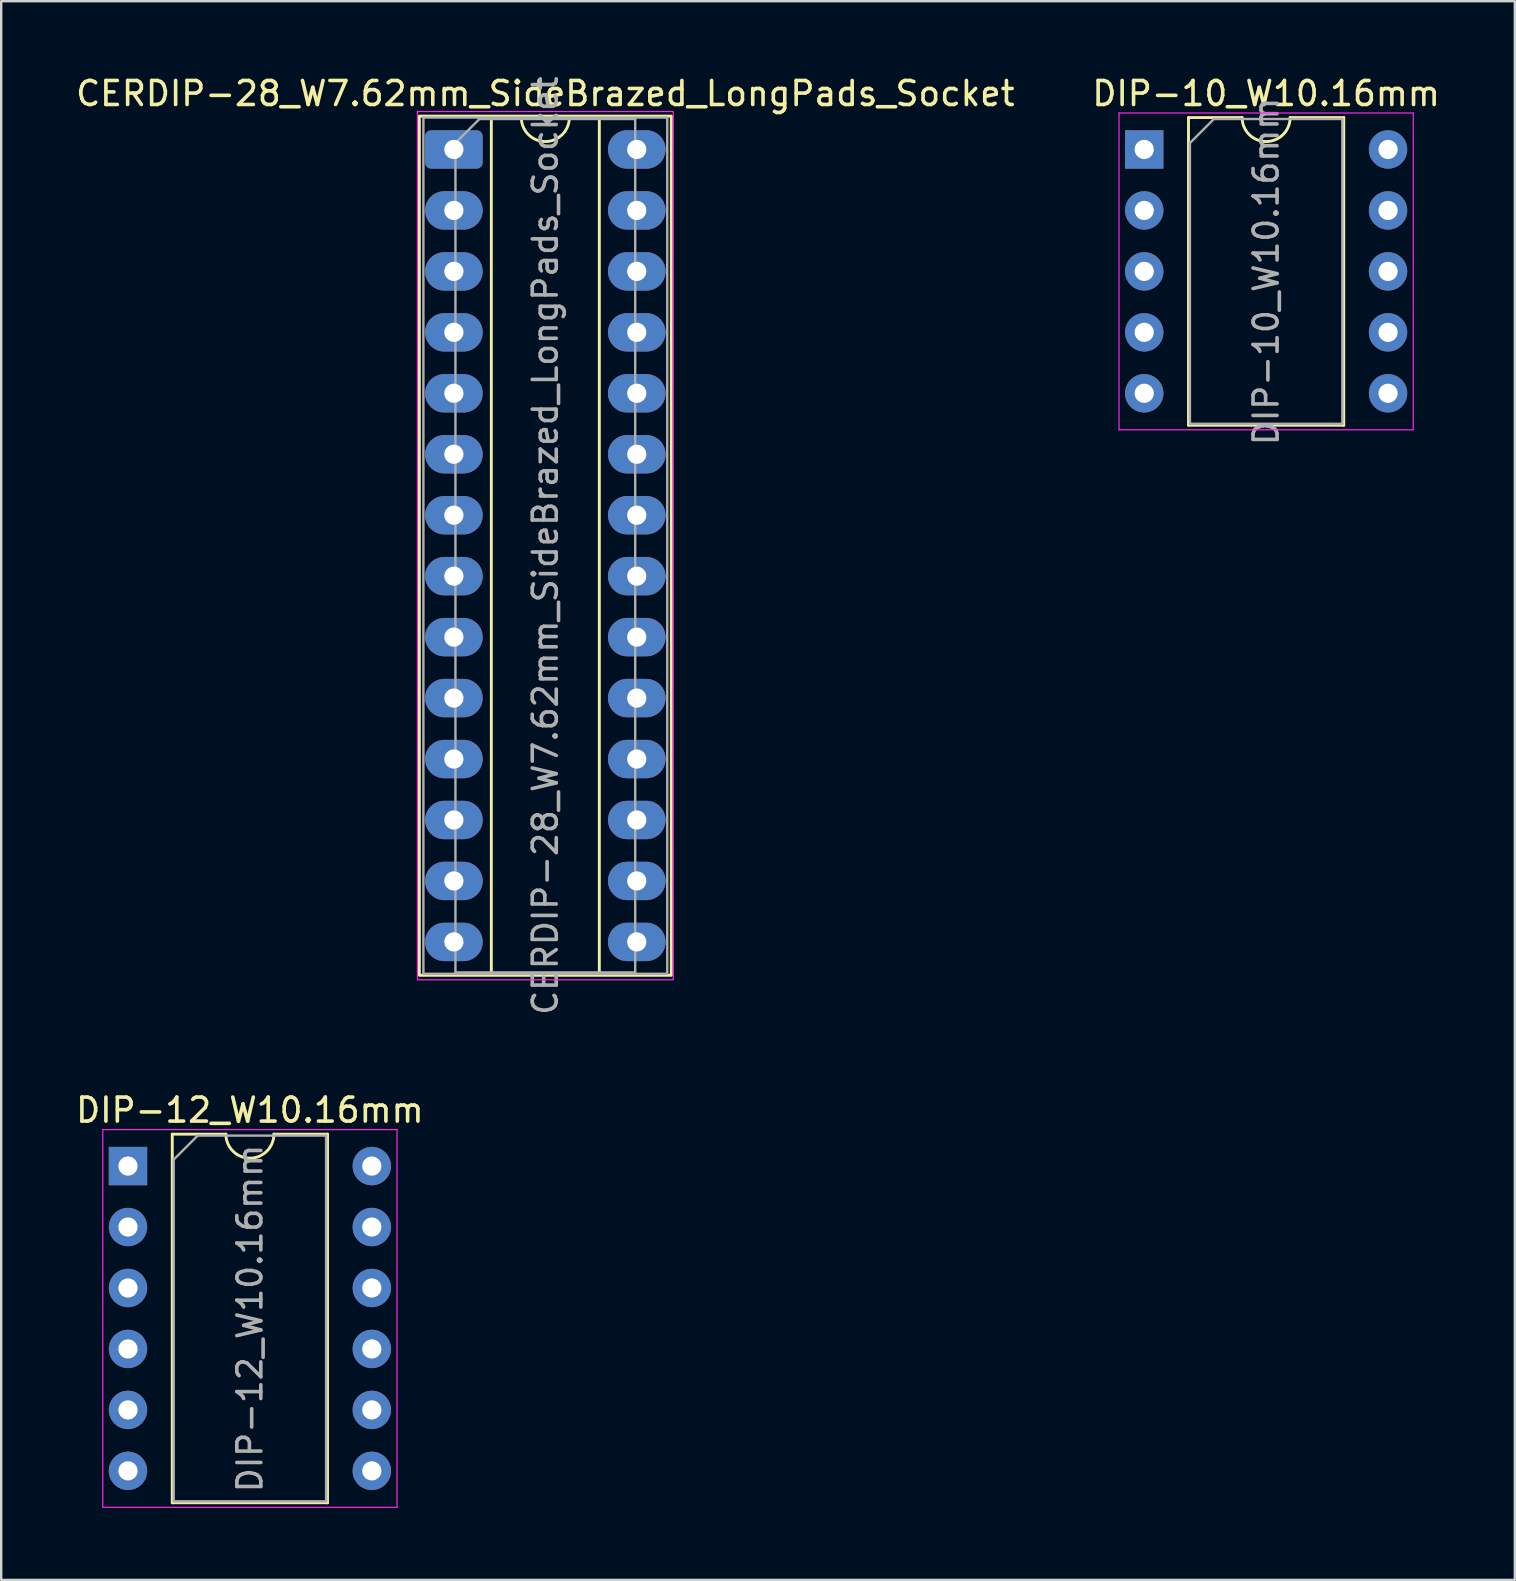
<source format=kicad_pcb>
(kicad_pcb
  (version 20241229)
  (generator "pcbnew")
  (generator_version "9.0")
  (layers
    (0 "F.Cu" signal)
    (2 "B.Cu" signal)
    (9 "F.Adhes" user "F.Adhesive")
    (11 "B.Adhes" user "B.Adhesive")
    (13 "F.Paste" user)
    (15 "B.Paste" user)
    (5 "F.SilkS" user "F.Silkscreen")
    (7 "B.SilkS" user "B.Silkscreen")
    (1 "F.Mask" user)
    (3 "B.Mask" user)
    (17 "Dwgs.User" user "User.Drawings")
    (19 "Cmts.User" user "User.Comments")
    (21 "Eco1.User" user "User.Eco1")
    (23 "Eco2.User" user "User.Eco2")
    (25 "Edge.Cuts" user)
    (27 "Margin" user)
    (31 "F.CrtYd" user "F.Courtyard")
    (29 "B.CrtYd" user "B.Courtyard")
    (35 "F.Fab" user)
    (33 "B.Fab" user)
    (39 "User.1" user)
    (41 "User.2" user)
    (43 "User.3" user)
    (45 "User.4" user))
  (footprint "DIP-12_W10.16mm"
    (layer "F.Cu")
    (at 2.283 45.539)
    (property "Reference" "DIP-12_W10.16mm" (at 5.08 -2.33 0) (layer "F.SilkS") (effects (font (size 1 1) (thickness 0.15))))
    (attr through_hole)
    (fp_line (start 1.845 -1.33) (end 1.845 14.03) (stroke (width 0.12) (type solid)) (layer "F.SilkS"))
    (fp_line (start 1.845 14.03) (end 8.315 14.03) (stroke (width 0.12) (type solid)) (layer "F.SilkS"))
    (fp_line (start 4.08 -1.33) (end 1.845 -1.33) (stroke (width 0.12) (type solid)) (layer "F.SilkS"))
    (fp_line (start 8.315 -1.33) (end 6.08 -1.33) (stroke (width 0.12) (type solid)) (layer "F.SilkS"))
    (fp_line (start 8.315 14.03) (end 8.315 -1.33) (stroke (width 0.12) (type solid)) (layer "F.SilkS"))
    (fp_arc (start 6.08 -1.33) (mid 5.08 -0.33) (end 4.08 -1.33) (stroke (width 0.12) (type solid)) (layer "F.SilkS"))
    (fp_line (start -1.05 -1.52) (end -1.05 14.22) (stroke (width 0.05) (type solid)) (layer "F.CrtYd"))
    (fp_line (start -1.05 14.22) (end 11.21 14.22) (stroke (width 0.05) (type solid)) (layer "F.CrtYd"))
    (fp_line (start 11.21 -1.52) (end -1.05 -1.52) (stroke (width 0.05) (type solid)) (layer "F.CrtYd"))
    (fp_line (start 11.21 14.22) (end 11.21 -1.52) (stroke (width 0.05) (type solid)) (layer "F.CrtYd"))
    (fp_line (start 1.905 -0.27) (end 2.905 -1.27) (stroke (width 0.1) (type solid)) (layer "F.Fab"))
    (fp_line (start 1.905 13.97) (end 1.905 -0.27) (stroke (width 0.1) (type solid)) (layer "F.Fab"))
    (fp_line (start 2.905 -1.27) (end 8.255 -1.27) (stroke (width 0.1) (type solid)) (layer "F.Fab"))
    (fp_line (start 8.255 -1.27) (end 8.255 13.97) (stroke (width 0.1) (type solid)) (layer "F.Fab"))
    (fp_line (start 8.255 13.97) (end 1.905 13.97) (stroke (width 0.1) (type solid)) (layer "F.Fab"))
    (fp_text user "${REFERENCE}" (at 5.08 6.35 90) (layer "F.Fab") (effects (font (size 1 1) (thickness 0.15))))
    (pad "1" thru_hole rect (at 0 0) (size 1.6 1.6) (drill 0.8) (layers "*.Cu" "*.Mask"))
    (pad "2" thru_hole circle (at 0 2.54) (size 1.6 1.6) (drill 0.8) (layers "*.Cu" "*.Mask"))
    (pad "3" thru_hole circle (at 0 5.08) (size 1.6 1.6) (drill 0.8) (layers "*.Cu" "*.Mask"))
    (pad "4" thru_hole circle (at 0 7.62) (size 1.6 1.6) (drill 0.8) (layers "*.Cu" "*.Mask"))
    (pad "5" thru_hole circle (at 0 10.16) (size 1.6 1.6) (drill 0.8) (layers "*.Cu" "*.Mask"))
    (pad "6" thru_hole circle (at 0 12.7) (size 1.6 1.6) (drill 0.8) (layers "*.Cu" "*.Mask"))
    (pad "7" thru_hole circle (at 10.16 12.7) (size 1.6 1.6) (drill 0.8) (layers "*.Cu" "*.Mask"))
    (pad "8" thru_hole circle (at 10.16 10.16) (size 1.6 1.6) (drill 0.8) (layers "*.Cu" "*.Mask"))
    (pad "9" thru_hole circle (at 10.16 7.62) (size 1.6 1.6) (drill 0.8) (layers "*.Cu" "*.Mask"))
    (pad "10" thru_hole circle (at 10.16 5.08) (size 1.6 1.6) (drill 0.8) (layers "*.Cu" "*.Mask"))
    (pad "11" thru_hole circle (at 10.16 2.54) (size 1.6 1.6) (drill 0.8) (layers "*.Cu" "*.Mask"))
    (pad "12" thru_hole circle (at 10.16 0) (size 1.6 1.6) (drill 0.8) (layers "*.Cu" "*.Mask")))
  (footprint "DIP-10_W10.16mm"
    (layer "F.Cu")
    (at 44.628 3.178)
    (property "Reference" "DIP-10_W10.16mm" (at 5.08 -2.33 0) (layer "F.SilkS") (effects (font (size 1 1) (thickness 0.15))))
    (attr through_hole)
    (fp_line (start 1.845 -1.33) (end 1.845 11.49) (stroke (width 0.12) (type solid)) (layer "F.SilkS"))
    (fp_line (start 1.845 11.49) (end 8.315 11.49) (stroke (width 0.12) (type solid)) (layer "F.SilkS"))
    (fp_line (start 4.08 -1.33) (end 1.845 -1.33) (stroke (width 0.12) (type solid)) (layer "F.SilkS"))
    (fp_line (start 8.315 -1.33) (end 6.08 -1.33) (stroke (width 0.12) (type solid)) (layer "F.SilkS"))
    (fp_line (start 8.315 11.49) (end 8.315 -1.33) (stroke (width 0.12) (type solid)) (layer "F.SilkS"))
    (fp_arc (start 6.08 -1.33) (mid 5.08 -0.33) (end 4.08 -1.33) (stroke (width 0.12) (type solid)) (layer "F.SilkS"))
    (fp_line (start -1.05 -1.52) (end -1.05 11.68) (stroke (width 0.05) (type solid)) (layer "F.CrtYd"))
    (fp_line (start -1.05 11.68) (end 11.21 11.68) (stroke (width 0.05) (type solid)) (layer "F.CrtYd"))
    (fp_line (start 11.21 -1.52) (end -1.05 -1.52) (stroke (width 0.05) (type solid)) (layer "F.CrtYd"))
    (fp_line (start 11.21 11.68) (end 11.21 -1.52) (stroke (width 0.05) (type solid)) (layer "F.CrtYd"))
    (fp_line (start 1.905 -0.27) (end 2.905 -1.27) (stroke (width 0.1) (type solid)) (layer "F.Fab"))
    (fp_line (start 1.905 11.43) (end 1.905 -0.27) (stroke (width 0.1) (type solid)) (layer "F.Fab"))
    (fp_line (start 2.905 -1.27) (end 8.255 -1.27) (stroke (width 0.1) (type solid)) (layer "F.Fab"))
    (fp_line (start 8.255 -1.27) (end 8.255 11.43) (stroke (width 0.1) (type solid)) (layer "F.Fab"))
    (fp_line (start 8.255 11.43) (end 1.905 11.43) (stroke (width 0.1) (type solid)) (layer "F.Fab"))
    (fp_text user "${REFERENCE}" (at 5.08 5.08 90) (layer "F.Fab") (effects (font (size 1 1) (thickness 0.15))))
    (pad "1" thru_hole rect (at 0 0) (size 1.6 1.6) (drill 0.8) (layers "*.Cu" "*.Mask"))
    (pad "2" thru_hole circle (at 0 2.54) (size 1.6 1.6) (drill 0.8) (layers "*.Cu" "*.Mask"))
    (pad "3" thru_hole circle (at 0 5.08) (size 1.6 1.6) (drill 0.8) (layers "*.Cu" "*.Mask"))
    (pad "4" thru_hole circle (at 0 7.62) (size 1.6 1.6) (drill 0.8) (layers "*.Cu" "*.Mask"))
    (pad "5" thru_hole circle (at 0 10.16) (size 1.6 1.6) (drill 0.8) (layers "*.Cu" "*.Mask"))
    (pad "6" thru_hole circle (at 10.16 10.16) (size 1.6 1.6) (drill 0.8) (layers "*.Cu" "*.Mask"))
    (pad "7" thru_hole circle (at 10.16 7.62) (size 1.6 1.6) (drill 0.8) (layers "*.Cu" "*.Mask"))
    (pad "8" thru_hole circle (at 10.16 5.08) (size 1.6 1.6) (drill 0.8) (layers "*.Cu" "*.Mask"))
    (pad "9" thru_hole circle (at 10.16 2.54) (size 1.6 1.6) (drill 0.8) (layers "*.Cu" "*.Mask"))
    (pad "10" thru_hole circle (at 10.16 0) (size 1.6 1.6) (drill 0.8) (layers "*.Cu" "*.Mask")))
  (footprint "CERDIP-28_W7.62mm_SideBrazed_LongPads_Socket"
    (layer "F.Cu")
    (at 15.863 3.178)
    (property "Reference" "CERDIP-28_W7.62mm_SideBrazed_LongPads_Socket" (at 3.81 -2.33 0) (layer "F.SilkS") (effects (font (size 1 1) (thickness 0.15))))
    (attr through_hole)
    (fp_line (start 1.56 -1.33) (end 1.56 34.35) (stroke (width 0.12) (type solid)) (layer "F.SilkS"))
    (fp_line (start 1.56 34.35) (end 6.06 34.35) (stroke (width 0.12) (type solid)) (layer "F.SilkS"))
    (fp_line (start 2.81 -1.33) (end 1.56 -1.33) (stroke (width 0.12) (type solid)) (layer "F.SilkS"))
    (fp_line (start 6.06 -1.33) (end 4.81 -1.33) (stroke (width 0.12) (type solid)) (layer "F.SilkS"))
    (fp_line (start 6.06 34.35) (end 6.06 -1.33) (stroke (width 0.12) (type solid)) (layer "F.SilkS"))
    (fp_rect (start -1.44 -1.39) (end 9.06 34.41) (stroke (width 0.12) (type solid)) (fill no) (layer "F.SilkS"))
    (fp_arc (start 4.81 -1.33) (mid 3.81 -0.33) (end 2.81 -1.33) (stroke (width 0.12) (type solid)) (layer "F.SilkS"))
    (fp_rect (start -1.52 -1.58) (end 9.14 34.6) (stroke (width 0.05) (type solid)) (fill no) (layer "F.CrtYd"))
    (fp_line (start 0.065 -0.27) (end 1.065 -1.27) (stroke (width 0.1) (type solid)) (layer "F.Fab"))
    (fp_line (start 0.065 34.29) (end 0.065 -0.27) (stroke (width 0.1) (type solid)) (layer "F.Fab"))
    (fp_line (start 1.065 -1.27) (end 7.555 -1.27) (stroke (width 0.1) (type solid)) (layer "F.Fab"))
    (fp_line (start 7.555 -1.27) (end 7.555 34.29) (stroke (width 0.1) (type solid)) (layer "F.Fab"))
    (fp_line (start 7.555 34.29) (end 0.065 34.29) (stroke (width 0.1) (type solid)) (layer "F.Fab"))
    (fp_rect (start -1.27 -1.33) (end 8.89 34.35) (stroke (width 0.1) (type solid)) (fill no) (layer "F.Fab"))
    (fp_text user "${REFERENCE}" (at 3.81 16.51 90) (layer "F.Fab") (effects (font (size 1 1) (thickness 0.15))))
    (pad "1" thru_hole roundrect (at 0 0) (size 2.4 1.6) (drill 0.8) (layers "*.Cu" "*.Mask") (roundrect_rratio 0.156))
    (pad "2" thru_hole oval (at 0 2.54) (size 2.4 1.6) (drill 0.8) (layers "*.Cu" "*.Mask"))
    (pad "3" thru_hole oval (at 0 5.08) (size 2.4 1.6) (drill 0.8) (layers "*.Cu" "*.Mask"))
    (pad "4" thru_hole oval (at 0 7.62) (size 2.4 1.6) (drill 0.8) (layers "*.Cu" "*.Mask"))
    (pad "5" thru_hole oval (at 0 10.16) (size 2.4 1.6) (drill 0.8) (layers "*.Cu" "*.Mask"))
    (pad "6" thru_hole oval (at 0 12.7) (size 2.4 1.6) (drill 0.8) (layers "*.Cu" "*.Mask"))
    (pad "7" thru_hole oval (at 0 15.24) (size 2.4 1.6) (drill 0.8) (layers "*.Cu" "*.Mask"))
    (pad "8" thru_hole oval (at 0 17.78) (size 2.4 1.6) (drill 0.8) (layers "*.Cu" "*.Mask"))
    (pad "9" thru_hole oval (at 0 20.32) (size 2.4 1.6) (drill 0.8) (layers "*.Cu" "*.Mask"))
    (pad "10" thru_hole oval (at 0 22.86) (size 2.4 1.6) (drill 0.8) (layers "*.Cu" "*.Mask"))
    (pad "11" thru_hole oval (at 0 25.4) (size 2.4 1.6) (drill 0.8) (layers "*.Cu" "*.Mask"))
    (pad "12" thru_hole oval (at 0 27.94) (size 2.4 1.6) (drill 0.8) (layers "*.Cu" "*.Mask"))
    (pad "13" thru_hole oval (at 0 30.48) (size 2.4 1.6) (drill 0.8) (layers "*.Cu" "*.Mask"))
    (pad "14" thru_hole oval (at 0 33.02) (size 2.4 1.6) (drill 0.8) (layers "*.Cu" "*.Mask"))
    (pad "15" thru_hole oval (at 7.62 33.02) (size 2.4 1.6) (drill 0.8) (layers "*.Cu" "*.Mask"))
    (pad "16" thru_hole oval (at 7.62 30.48) (size 2.4 1.6) (drill 0.8) (layers "*.Cu" "*.Mask"))
    (pad "17" thru_hole oval (at 7.62 27.94) (size 2.4 1.6) (drill 0.8) (layers "*.Cu" "*.Mask"))
    (pad "18" thru_hole oval (at 7.62 25.4) (size 2.4 1.6) (drill 0.8) (layers "*.Cu" "*.Mask"))
    (pad "19" thru_hole oval (at 7.62 22.86) (size 2.4 1.6) (drill 0.8) (layers "*.Cu" "*.Mask"))
    (pad "20" thru_hole oval (at 7.62 20.32) (size 2.4 1.6) (drill 0.8) (layers "*.Cu" "*.Mask"))
    (pad "21" thru_hole oval (at 7.62 17.78) (size 2.4 1.6) (drill 0.8) (layers "*.Cu" "*.Mask"))
    (pad "22" thru_hole oval (at 7.62 15.24) (size 2.4 1.6) (drill 0.8) (layers "*.Cu" "*.Mask"))
    (pad "23" thru_hole oval (at 7.62 12.7) (size 2.4 1.6) (drill 0.8) (layers "*.Cu" "*.Mask"))
    (pad "24" thru_hole oval (at 7.62 10.16) (size 2.4 1.6) (drill 0.8) (layers "*.Cu" "*.Mask"))
    (pad "25" thru_hole oval (at 7.62 7.62) (size 2.4 1.6) (drill 0.8) (layers "*.Cu" "*.Mask"))
    (pad "26" thru_hole oval (at 7.62 5.08) (size 2.4 1.6) (drill 0.8) (layers "*.Cu" "*.Mask"))
    (pad "27" thru_hole oval (at 7.62 2.54) (size 2.4 1.6) (drill 0.8) (layers "*.Cu" "*.Mask"))
    (pad "28" thru_hole oval (at 7.62 0) (size 2.4 1.6) (drill 0.8) (layers "*.Cu" "*.Mask")))
  (gr_rect
    (start -3 -3)
    (end 60.071 62.784)
    (stroke (width 0.1) (type default))
    (fill no)
    (layer "Edge.Cuts")))
</source>
